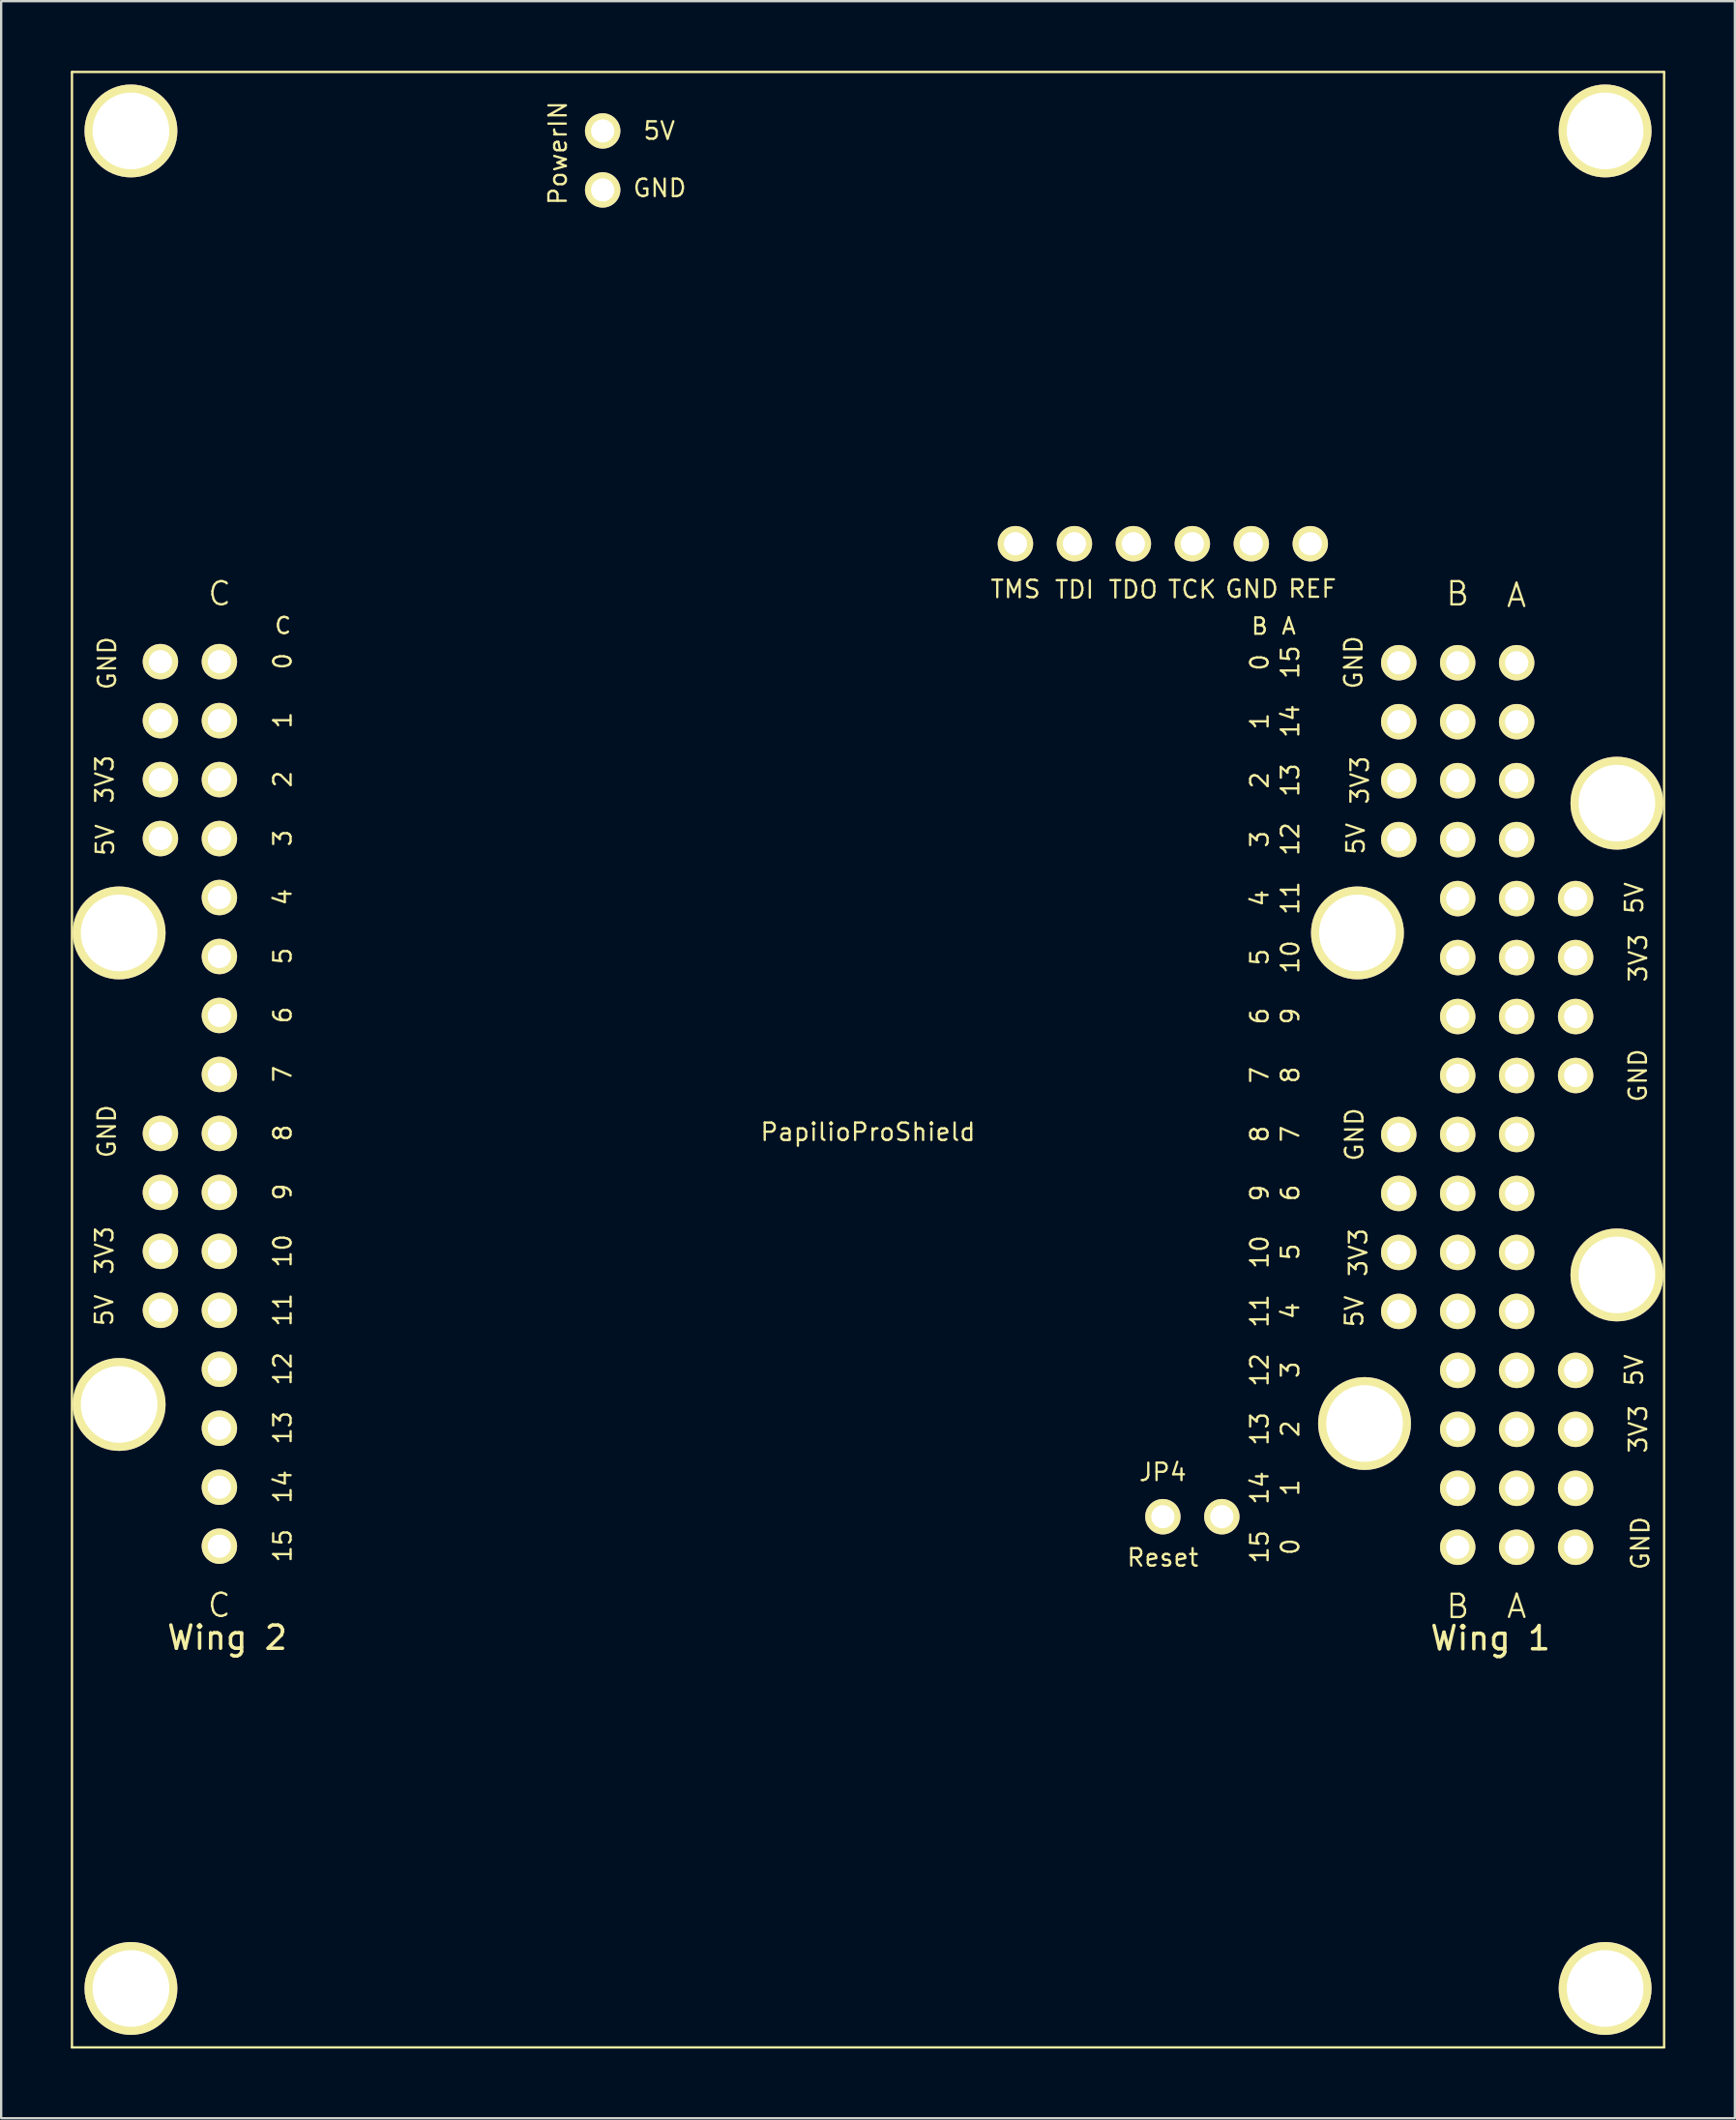
<source format=kicad_pcb>
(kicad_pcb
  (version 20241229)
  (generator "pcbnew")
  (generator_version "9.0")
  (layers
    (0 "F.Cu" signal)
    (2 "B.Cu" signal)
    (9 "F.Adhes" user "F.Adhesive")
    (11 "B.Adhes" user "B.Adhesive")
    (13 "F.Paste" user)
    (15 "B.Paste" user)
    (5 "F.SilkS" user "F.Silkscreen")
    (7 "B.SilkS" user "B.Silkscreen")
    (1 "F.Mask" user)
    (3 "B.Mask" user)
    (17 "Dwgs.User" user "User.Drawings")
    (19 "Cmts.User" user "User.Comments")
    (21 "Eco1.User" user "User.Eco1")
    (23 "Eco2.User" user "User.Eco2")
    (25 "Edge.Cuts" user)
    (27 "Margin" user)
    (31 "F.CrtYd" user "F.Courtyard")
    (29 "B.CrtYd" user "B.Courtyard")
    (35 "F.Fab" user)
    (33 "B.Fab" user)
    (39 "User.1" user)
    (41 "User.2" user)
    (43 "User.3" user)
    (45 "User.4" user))
  (footprint "PapilioProShield"
    (layer "F.Cu")
    (at 34.34 44.5)
    (property "Reference" "PapilioProShield" (at -0.003 1.209 0) (layer "F.SilkS") (effects (font (size 0.75 0.75) (thickness 0.1))))
    (attr through_hole)
    (fp_line (start -34.29 -44.45) (end -34.29 40.64) (stroke (width 0.1) (type solid)) (layer "F.SilkS"))
    (fp_line (start -34.29 -44.45) (end 34.29 -44.45) (stroke (width 0.1) (type solid)) (layer "F.SilkS"))
    (fp_line (start -34.29 40.64) (end 34.29 40.64) (stroke (width 0.1) (type solid)) (layer "F.SilkS"))
    (fp_line (start 34.29 40.637) (end 34.29 -44.45) (stroke (width 0.1) (type solid)) (layer "F.SilkS"))
    (fp_text user "3V3" (at 21.12 6.401 90) (layer "F.SilkS") (effects (font (size 0.75 0.75) (thickness 0.1))))
    (fp_text user "B" (at 16.868 -20.574 0) (layer "F.SilkS") (effects (font (size 0.7 0.7) (thickness 0.1))))
    (fp_text user "REF" (at 19.139 -22.189 0) (layer "F.SilkS") (effects (font (size 0.75 0.75) (thickness 0.1))))
    (fp_text user "10" (at -25.215 6.332 90) (layer "F.SilkS") (effects (font (size 0.75 0.75) (thickness 0.1))))
    (fp_text user "15" (at -25.215 19.032 90) (layer "F.SilkS") (effects (font (size 0.75 0.75) (thickness 0.1))))
    (fp_text user "3V3" (at 33.175 14.003 90) (layer "F.SilkS") (effects (font (size 0.75 0.75) (thickness 0.1))))
    (fp_text user "5" (at 18.189 6.373 270) (layer "F.SilkS") (effects (font (size 0.75 0.75) (thickness 0.1))))
    (fp_text user "A" (at 18.123 -20.579 0) (layer "F.SilkS") (effects (font (size 0.7 0.7) (thickness 0.1))))
    (fp_text user "15" (at 16.868 19.08 90) (layer "F.SilkS") (effects (font (size 0.75 0.75) (thickness 0.1))))
    (fp_text user "GND" (at 16.533 -22.182 0) (layer "F.SilkS") (effects (font (size 0.75 0.75) (thickness 0.1))))
    (fp_text user "GND" (at -32.784 1.184 270) (layer "F.SilkS") (effects (font (size 0.75 0.75) (thickness 0.1))))
    (fp_text user "14" (at 18.189 -16.487 270) (layer "F.SilkS") (effects (font (size 0.75 0.75) (thickness 0.1))))
    (fp_text user "3V3" (at -32.883 -13.983 90) (layer "F.SilkS") (effects (font (size 0.75 0.75) (thickness 0.1))))
    (fp_text user "A" (at 27.932 -21.907 0) (layer "F.SilkS") (effects (font (size 1 1) (thickness 0.1))))
    (fp_text user "12" (at -25.215 11.412 90) (layer "F.SilkS") (effects (font (size 0.75 0.75) (thickness 0.1))))
    (fp_text user "GND" (at 20.952 1.316 270) (layer "F.SilkS") (effects (font (size 0.75 0.75) (thickness 0.1))))
    (fp_text user "Wing 1" (at 26.81 23.012 0) (layer "F.SilkS") (effects (font (size 1 1) (thickness 0.15))))
    (fp_text user "GND" (at -8.974 -39.449 0) (layer "F.SilkS") (effects (font (size 0.75 0.75) (thickness 0.1))))
    (fp_text user "0" (at -25.215 -19.068 90) (layer "F.SilkS") (effects (font (size 0.75 0.75) (thickness 0.1))))
    (fp_text user "11" (at 16.868 8.92 90) (layer "F.SilkS") (effects (font (size 0.75 0.75) (thickness 0.1))))
    (fp_text user "8" (at -25.215 1.252 90) (layer "F.SilkS") (effects (font (size 0.75 0.75) (thickness 0.1))))
    (fp_text user "10" (at 16.868 6.38 90) (layer "F.SilkS") (effects (font (size 0.75 0.75) (thickness 0.1))))
    (fp_text user "5V" (at -32.86 -11.369 270) (layer "F.SilkS") (effects (font (size 0.75 0.75) (thickness 0.1))))
    (fp_text user "9" (at -25.215 3.792 90) (layer "F.SilkS") (effects (font (size 0.75 0.75) (thickness 0.1))))
    (fp_text user "2" (at 18.189 13.993 270) (layer "F.SilkS") (effects (font (size 0.75 0.75) (thickness 0.1))))
    (fp_text user "TDO" (at 11.422 -22.156 0) (layer "F.SilkS") (effects (font (size 0.75 0.75) (thickness 0.1))))
    (fp_text user "5V" (at -32.898 8.887 270) (layer "F.SilkS") (effects (font (size 0.75 0.75) (thickness 0.1))))
    (fp_text user "2" (at -25.215 -13.988 90) (layer "F.SilkS") (effects (font (size 0.75 0.75) (thickness 0.1))))
    (fp_text user "8" (at 16.868 1.3 90) (layer "F.SilkS") (effects (font (size 0.75 0.75) (thickness 0.1))))
    (fp_text user "5" (at -25.215 -6.368 90) (layer "F.SilkS") (effects (font (size 0.75 0.75) (thickness 0.1))))
    (fp_text user "8" (at 18.189 -1.247 270) (layer "F.SilkS") (effects (font (size 0.75 0.75) (thickness 0.1))))
    (fp_text user "11" (at -25.215 8.872 90) (layer "F.SilkS") (effects (font (size 0.75 0.75) (thickness 0.1))))
    (fp_text user "3V3" (at -32.89 6.309 90) (layer "F.SilkS") (effects (font (size 0.75 0.75) (thickness 0.1))))
    (fp_text user "GND" (at -32.774 -18.981 270) (layer "F.SilkS") (effects (font (size 0.75 0.75) (thickness 0.1))))
    (fp_text user "1" (at -25.215 -16.528 90) (layer "F.SilkS") (effects (font (size 0.75 0.75) (thickness 0.1))))
    (fp_text user "JP4" (at 12.697 15.86 0) (layer "F.SilkS") (effects (font (size 0.75 0.75) (thickness 0.1))))
    (fp_text user "5V" (at 20.947 8.936 90) (layer "F.SilkS") (effects (font (size 0.75 0.75) (thickness 0.1))))
    (fp_text user "1" (at 18.189 16.533 270) (layer "F.SilkS") (effects (font (size 0.75 0.75) (thickness 0.1))))
    (fp_text user "10" (at 18.189 -6.327 270) (layer "F.SilkS") (effects (font (size 0.75 0.75) (thickness 0.1))))
    (fp_text user "1" (at 16.868 -16.48 90) (layer "F.SilkS") (effects (font (size 0.75 0.75) (thickness 0.1))))
    (fp_text user "TMS" (at 6.353 -22.172 0) (layer "F.SilkS") (effects (font (size 0.75 0.75) (thickness 0.1))))
    (fp_text user "3" (at 18.189 11.453 270) (layer "F.SilkS") (effects (font (size 0.75 0.75) (thickness 0.1))))
    (fp_text user "12" (at 16.868 11.46 90) (layer "F.SilkS") (effects (font (size 0.75 0.75) (thickness 0.1))))
    (fp_text user "B" (at 25.395 -21.976 0) (layer "F.SilkS") (effects (font (size 1 1) (thickness 0.1))))
    (fp_text user "5V" (at 21.008 -11.422 90) (layer "F.SilkS") (effects (font (size 0.75 0.75) (thickness 0.1))))
    (fp_text user "3V3" (at 33.175 -6.287 90) (layer "F.SilkS") (effects (font (size 0.75 0.75) (thickness 0.1))))
    (fp_text user "4" (at 18.189 8.913 270) (layer "F.SilkS") (effects (font (size 0.75 0.75) (thickness 0.1))))
    (fp_text user "0" (at 18.189 19.073 270) (layer "F.SilkS") (effects (font (size 0.75 0.75) (thickness 0.1))))
    (fp_text user "0" (at 16.868 -19.02 90) (layer "F.SilkS") (effects (font (size 0.75 0.75) (thickness 0.1))))
    (fp_text user "5" (at 16.868 -6.32 90) (layer "F.SilkS") (effects (font (size 0.75 0.75) (thickness 0.1))))
    (fp_text user "GND" (at 33.271 18.923 270) (layer "F.SilkS") (effects (font (size 0.75 0.75) (thickness 0.1))))
    (fp_text user "C" (at -27.93 -21.976 0) (layer "F.SilkS") (effects (font (size 1 1) (thickness 0.1))))
    (fp_text user "TDI" (at 8.893 -22.151 0) (layer "F.SilkS") (effects (font (size 0.75 0.75) (thickness 0.1))))
    (fp_text user "13" (at -25.215 13.952 90) (layer "F.SilkS") (effects (font (size 0.75 0.75) (thickness 0.1))))
    (fp_text user "12" (at 18.189 -11.407 270) (layer "F.SilkS") (effects (font (size 0.75 0.75) (thickness 0.1))))
    (fp_text user "3V3" (at 21.186 -13.945 90) (layer "F.SilkS") (effects (font (size 0.75 0.75) (thickness 0.1))))
    (fp_text user "5V" (at -8.994 -41.918 0) (layer "F.SilkS") (effects (font (size 0.75 0.75) (thickness 0.1))))
    (fp_text user "3" (at -25.215 -11.448 90) (layer "F.SilkS") (effects (font (size 0.75 0.75) (thickness 0.1))))
    (fp_text user "6" (at 16.868 -3.78 90) (layer "F.SilkS") (effects (font (size 0.75 0.75) (thickness 0.1))))
    (fp_text user "6" (at 18.189 3.833 270) (layer "F.SilkS") (effects (font (size 0.75 0.75) (thickness 0.1))))
    (fp_text user "7" (at 18.189 1.293 270) (layer "F.SilkS") (effects (font (size 0.75 0.75) (thickness 0.1))))
    (fp_text user "A" (at 27.94 21.636 0) (layer "F.SilkS") (effects (font (size 1 1) (thickness 0.1))))
    (fp_text user "GND" (at 20.914 -19.017 270) (layer "F.SilkS") (effects (font (size 0.75 0.75) (thickness 0.1))))
    (fp_text user "B" (at 25.403 21.641 0) (layer "F.SilkS") (effects (font (size 1 1) (thickness 0.1))))
    (fp_text user "GND" (at 33.165 -1.224 270) (layer "F.SilkS") (effects (font (size 0.75 0.75) (thickness 0.1))))
    (fp_text user "9" (at 18.189 -3.787 270) (layer "F.SilkS") (effects (font (size 0.75 0.75) (thickness 0.1))))
    (fp_text user "7" (at -25.215 -1.288 90) (layer "F.SilkS") (effects (font (size 0.75 0.75) (thickness 0.1))))
    (fp_text user "2" (at 16.868 -13.94 90) (layer "F.SilkS") (effects (font (size 0.75 0.75) (thickness 0.1))))
    (fp_text user "13" (at 16.868 14 90) (layer "F.SilkS") (effects (font (size 0.75 0.75) (thickness 0.1))))
    (fp_text user "3" (at 16.868 -11.4 90) (layer "F.SilkS") (effects (font (size 0.75 0.75) (thickness 0.1))))
    (fp_text user "15" (at 18.189 -19.027 270) (layer "F.SilkS") (effects (font (size 0.75 0.75) (thickness 0.1))))
    (fp_text user "5V" (at 33.007 -8.87 270) (layer "F.SilkS") (effects (font (size 0.75 0.75) (thickness 0.1))))
    (fp_text user "PowerIN" (at -13.36 -40.958 90) (layer "F.SilkS") (effects (font (size 0.75 0.75) (thickness 0.1))))
    (fp_text user "Reset" (at 12.695 19.543 0) (layer "F.SilkS") (effects (font (size 0.75 0.75) (thickness 0.1))))
    (fp_text user "7" (at 16.868 -1.24 90) (layer "F.SilkS") (effects (font (size 0.75 0.75) (thickness 0.1))))
    (fp_text user "13" (at 18.189 -13.947 270) (layer "F.SilkS") (effects (font (size 0.75 0.75) (thickness 0.1))))
    (fp_text user "6" (at -25.215 -3.828 90) (layer "F.SilkS") (effects (font (size 0.75 0.75) (thickness 0.1))))
    (fp_text user "C" (at -27.945 21.595 0) (layer "F.SilkS") (effects (font (size 1 1) (thickness 0.1))))
    (fp_text user "5V" (at 33 11.468 270) (layer "F.SilkS") (effects (font (size 0.75 0.75) (thickness 0.1))))
    (fp_text user "14" (at -25.215 16.492 90) (layer "F.SilkS") (effects (font (size 0.75 0.75) (thickness 0.1))))
    (fp_text user "4" (at -25.215 -8.908 90) (layer "F.SilkS") (effects (font (size 0.75 0.75) (thickness 0.1))))
    (fp_text user "TCK" (at 13.96 -22.164 0) (layer "F.SilkS") (effects (font (size 0.75 0.75) (thickness 0.1))))
    (fp_text user "14" (at 16.868 16.54 90) (layer "F.SilkS") (effects (font (size 0.75 0.75) (thickness 0.1))))
    (fp_text user "11" (at 18.189 -8.867 270) (layer "F.SilkS") (effects (font (size 0.75 0.75) (thickness 0.1))))
    (fp_text user "C" (at -25.202 -20.597 0) (layer "F.SilkS") (effects (font (size 0.7 0.7) (thickness 0.1))))
    (fp_text user "9" (at 16.868 3.84 90) (layer "F.SilkS") (effects (font (size 0.75 0.75) (thickness 0.1))))
    (fp_text user "4" (at 16.868 -8.86 90) (layer "F.SilkS") (effects (font (size 0.75 0.75) (thickness 0.1))))
    (fp_text user "Wing 2" (at -27.602 22.99 0) (layer "F.SilkS") (effects (font (size 1 1) (thickness 0.15))))
    (pad "" np_thru_hole circle (at -32.258 -7.366) (size 4 4) (drill 3.302) (layers "*.Cu" "*.Mask" "F.SilkS"))
    (pad "" np_thru_hole circle (at -32.258 12.945) (size 4 4) (drill 3.302) (layers "*.Cu" "*.Mask" "F.SilkS"))
    (pad "" np_thru_hole circle (at -31.75 -41.91) (size 4 4) (drill 3.302) (layers "*.Cu" "*.Mask" "F.SilkS"))
    (pad "" np_thru_hole circle (at -31.75 38.1) (size 4 4) (drill 3.302) (layers "*.Cu" "*.Mask" "F.SilkS"))
    (pad "" np_thru_hole circle (at 21.082 -7.366) (size 4 4) (drill 3.302) (layers "*.Cu" "*.Mask" "F.SilkS"))
    (pad "" np_thru_hole circle (at 21.387 13.767) (size 4 4) (drill 3.302) (layers "*.Cu" "*.Mask" "F.SilkS"))
    (pad "" np_thru_hole circle (at 31.75 -41.91) (size 4 4) (drill 3.302) (layers "*.Cu" "*.Mask" "F.SilkS"))
    (pad "" np_thru_hole circle (at 31.75 38.1) (size 4 4) (drill 3.302) (layers "*.Cu" "*.Mask" "F.SilkS"))
    (pad "" np_thru_hole circle (at 32.258 -12.954) (size 4 4) (drill 3.302) (layers "*.Cu" "*.Mask" "F.SilkS"))
    (pad "" np_thru_hole circle (at 32.258 7.366) (size 4 4) (drill 3.302) (layers "*.Cu" "*.Mask" "F.SilkS"))
    (pad "0" thru_hole circle (at -30.48 -16.51) (size 1.524 1.524) (drill 1) (layers "*.Cu" "*.Mask" "F.SilkS"))
    (pad "0" thru_hole circle (at -30.48 3.81) (size 1.524 1.524) (drill 1) (layers "*.Cu" "*.Mask" "F.SilkS"))
    (pad "0" thru_hole circle (at 22.86 -16.464) (size 1.524 1.524) (drill 1) (layers "*.Cu" "*.Mask" "F.SilkS"))
    (pad "0" thru_hole circle (at 22.86 3.856) (size 1.524 1.524) (drill 1) (layers "*.Cu" "*.Mask" "F.SilkS"))
    (pad "0" thru_hole circle (at 30.48 -3.764) (size 1.524 1.524) (drill 1) (layers "*.Cu" "*.Mask" "F.SilkS"))
    (pad "0" thru_hole circle (at 30.48 16.556) (size 1.524 1.524) (drill 1) (layers "*.Cu" "*.Mask" "F.SilkS"))
    (pad "3V3" thru_hole circle (at -30.48 -13.97) (size 1.524 1.524) (drill 1) (layers "*.Cu" "*.Mask" "F.SilkS"))
    (pad "3V3" thru_hole circle (at -30.48 6.35) (size 1.524 1.524) (drill 1) (layers "*.Cu" "*.Mask" "F.SilkS"))
    (pad "3V3" thru_hole circle (at 22.86 -13.924) (size 1.524 1.524) (drill 1) (layers "*.Cu" "*.Mask" "F.SilkS"))
    (pad "3V3" thru_hole circle (at 22.86 6.396) (size 1.524 1.524) (drill 1) (layers "*.Cu" "*.Mask" "F.SilkS"))
    (pad "3V3" thru_hole circle (at 30.48 -6.304) (size 1.524 1.524) (drill 1) (layers "*.Cu" "*.Mask" "F.SilkS"))
    (pad "3V3" thru_hole circle (at 30.48 14.016) (size 1.524 1.524) (drill 1) (layers "*.Cu" "*.Mask" "F.SilkS"))
    (pad "4" thru_hole circle (at 6.35 -24.13) (size 1.524 1.524) (drill 1) (layers "*.Cu" "*.Mask" "F.SilkS"))
    (pad "5" thru_hole circle (at 8.89 -24.13) (size 1.524 1.524) (drill 1) (layers "*.Cu" "*.Mask" "F.SilkS"))
    (pad "5V" thru_hole circle (at -30.48 -11.43) (size 1.524 1.524) (drill 1) (layers "*.Cu" "*.Mask" "F.SilkS"))
    (pad "5V" thru_hole circle (at -30.48 8.89) (size 1.524 1.524) (drill 1) (layers "*.Cu" "*.Mask" "F.SilkS"))
    (pad "5V" thru_hole circle (at 22.86 -11.384) (size 1.524 1.524) (drill 1) (layers "*.Cu" "*.Mask" "F.SilkS"))
    (pad "5V" thru_hole circle (at 22.86 8.936) (size 1.524 1.524) (drill 1) (layers "*.Cu" "*.Mask" "F.SilkS"))
    (pad "5V" thru_hole circle (at 30.48 -8.844) (size 1.524 1.524) (drill 1) (layers "*.Cu" "*.Mask" "F.SilkS"))
    (pad "5V" thru_hole circle (at 30.48 11.476) (size 1.524 1.524) (drill 1) (layers "*.Cu" "*.Mask" "F.SilkS"))
    (pad "6" thru_hole circle (at 11.43 -24.13) (size 1.524 1.524) (drill 1) (layers "*.Cu" "*.Mask" "F.SilkS"))
    (pad "7" thru_hole circle (at 13.97 -24.13) (size 1.524 1.524) (drill 1) (layers "*.Cu" "*.Mask" "F.SilkS"))
    (pad "9" thru_hole circle (at 19.05 -24.13) (size 1.524 1.524) (drill 1) (layers "*.Cu" "*.Mask" "F.SilkS"))
    (pad "10" thru_hole circle (at 12.7 17.78) (size 1.524 1.524) (drill 1) (layers "*.Cu" "*.Mask" "F.SilkS"))
    (pad "A1" thru_hole circle (at 27.94 19.096) (size 1.524 1.524) (drill 1) (layers "*.Cu" "*.Mask" "F.SilkS"))
    (pad "A2" thru_hole circle (at 27.94 16.556) (size 1.524 1.524) (drill 1) (layers "*.Cu" "*.Mask" "F.SilkS"))
    (pad "A3" thru_hole circle (at 27.94 14.016) (size 1.524 1.524) (drill 1) (layers "*.Cu" "*.Mask" "F.SilkS"))
    (pad "A4" thru_hole circle (at 27.94 11.476) (size 1.524 1.524) (drill 1) (layers "*.Cu" "*.Mask" "F.SilkS"))
    (pad "A5" thru_hole circle (at 27.94 8.936) (size 1.524 1.524) (drill 1) (layers "*.Cu" "*.Mask" "F.SilkS"))
    (pad "A6" thru_hole circle (at 27.94 6.396) (size 1.524 1.524) (drill 1) (layers "*.Cu" "*.Mask" "F.SilkS"))
    (pad "A7" thru_hole circle (at 27.94 3.856) (size 1.524 1.524) (drill 1) (layers "*.Cu" "*.Mask" "F.SilkS"))
    (pad "A8" thru_hole circle (at 27.94 1.316) (size 1.524 1.524) (drill 1) (layers "*.Cu" "*.Mask" "F.SilkS"))
    (pad "A9" thru_hole circle (at 27.94 -1.224) (size 1.524 1.524) (drill 1) (layers "*.Cu" "*.Mask" "F.SilkS"))
    (pad "A10" thru_hole circle (at 27.94 -3.764) (size 1.524 1.524) (drill 1) (layers "*.Cu" "*.Mask" "F.SilkS"))
    (pad "A11" thru_hole circle (at 27.94 -6.304) (size 1.524 1.524) (drill 1) (layers "*.Cu" "*.Mask" "F.SilkS"))
    (pad "A12" thru_hole circle (at 27.94 -8.844) (size 1.524 1.524) (drill 1) (layers "*.Cu" "*.Mask" "F.SilkS"))
    (pad "A13" thru_hole circle (at 27.94 -11.384) (size 1.524 1.524) (drill 1) (layers "*.Cu" "*.Mask" "F.SilkS"))
    (pad "A14" thru_hole circle (at 27.94 -13.924) (size 1.524 1.524) (drill 1) (layers "*.Cu" "*.Mask" "F.SilkS"))
    (pad "A15" thru_hole circle (at 27.94 -16.464) (size 1.524 1.524) (drill 1) (layers "*.Cu" "*.Mask" "F.SilkS"))
    (pad "A16" thru_hole circle (at 27.94 -19.004) (size 1.524 1.524) (drill 1) (layers "*.Cu" "*.Mask" "F.SilkS"))
    (pad "B1" thru_hole circle (at 25.4 -19.004) (size 1.524 1.524) (drill 1) (layers "*.Cu" "*.Mask" "F.SilkS"))
    (pad "B2" thru_hole circle (at 25.4 -16.464) (size 1.524 1.524) (drill 1) (layers "*.Cu" "*.Mask" "F.SilkS"))
    (pad "B3" thru_hole circle (at 25.4 -13.924) (size 1.524 1.524) (drill 1) (layers "*.Cu" "*.Mask" "F.SilkS"))
    (pad "B4" thru_hole circle (at 25.4 -11.384) (size 1.524 1.524) (drill 1) (layers "*.Cu" "*.Mask" "F.SilkS"))
    (pad "B5" thru_hole circle (at 25.4 -8.844) (size 1.524 1.524) (drill 1) (layers "*.Cu" "*.Mask" "F.SilkS"))
    (pad "B6" thru_hole circle (at 25.4 -6.304) (size 1.524 1.524) (drill 1) (layers "*.Cu" "*.Mask" "F.SilkS"))
    (pad "B7" thru_hole circle (at 25.4 -3.764) (size 1.524 1.524) (drill 1) (layers "*.Cu" "*.Mask" "F.SilkS"))
    (pad "B8" thru_hole circle (at 25.4 -1.224) (size 1.524 1.524) (drill 1) (layers "*.Cu" "*.Mask" "F.SilkS"))
    (pad "B9" thru_hole circle (at 25.4 1.316) (size 1.524 1.524) (drill 1) (layers "*.Cu" "*.Mask" "F.SilkS"))
    (pad "B10" thru_hole circle (at 25.4 3.856) (size 1.524 1.524) (drill 1) (layers "*.Cu" "*.Mask" "F.SilkS"))
    (pad "B11" thru_hole circle (at 25.4 6.396) (size 1.524 1.524) (drill 1) (layers "*.Cu" "*.Mask" "F.SilkS"))
    (pad "B12" thru_hole circle (at 25.4 8.936) (size 1.524 1.524) (drill 1) (layers "*.Cu" "*.Mask" "F.SilkS"))
    (pad "B13" thru_hole circle (at 25.4 11.476) (size 1.524 1.524) (drill 1) (layers "*.Cu" "*.Mask" "F.SilkS"))
    (pad "B14" thru_hole circle (at 25.4 14.016) (size 1.524 1.524) (drill 1) (layers "*.Cu" "*.Mask" "F.SilkS"))
    (pad "B15" thru_hole circle (at 25.4 16.556) (size 1.524 1.524) (drill 1) (layers "*.Cu" "*.Mask" "F.SilkS"))
    (pad "B16" thru_hole circle (at 25.4 19.096) (size 1.524 1.524) (drill 1) (layers "*.Cu" "*.Mask" "F.SilkS"))
    (pad "C1" thru_hole circle (at -27.94 -19.05) (size 1.524 1.524) (drill 1) (layers "*.Cu" "*.Mask" "F.SilkS"))
    (pad "C2" thru_hole circle (at -27.94 -16.51) (size 1.524 1.524) (drill 1) (layers "*.Cu" "*.Mask" "F.SilkS"))
    (pad "C3" thru_hole circle (at -27.94 -13.97) (size 1.524 1.524) (drill 1) (layers "*.Cu" "*.Mask" "F.SilkS"))
    (pad "C4" thru_hole circle (at -27.94 -11.43) (size 1.524 1.524) (drill 1) (layers "*.Cu" "*.Mask" "F.SilkS"))
    (pad "C5" thru_hole circle (at -27.94 -8.89) (size 1.524 1.524) (drill 1) (layers "*.Cu" "*.Mask" "F.SilkS"))
    (pad "C6" thru_hole circle (at -27.94 -6.35) (size 1.524 1.524) (drill 1) (layers "*.Cu" "*.Mask" "F.SilkS"))
    (pad "C7" thru_hole circle (at -27.94 -3.81) (size 1.524 1.524) (drill 1) (layers "*.Cu" "*.Mask" "F.SilkS"))
    (pad "C8" thru_hole circle (at -27.94 -1.27) (size 1.524 1.524) (drill 1) (layers "*.Cu" "*.Mask" "F.SilkS"))
    (pad "C9" thru_hole circle (at -27.94 1.27) (size 1.524 1.524) (drill 1) (layers "*.Cu" "*.Mask" "F.SilkS"))
    (pad "C10" thru_hole circle (at -27.94 3.81) (size 1.524 1.524) (drill 1) (layers "*.Cu" "*.Mask" "F.SilkS"))
    (pad "C11" thru_hole circle (at -27.94 6.35) (size 1.524 1.524) (drill 1) (layers "*.Cu" "*.Mask" "F.SilkS"))
    (pad "C12" thru_hole circle (at -27.94 8.89) (size 1.524 1.524) (drill 1) (layers "*.Cu" "*.Mask" "F.SilkS"))
    (pad "C13" thru_hole circle (at -27.94 11.43) (size 1.524 1.524) (drill 1) (layers "*.Cu" "*.Mask" "F.SilkS"))
    (pad "C14" thru_hole circle (at -27.94 13.97) (size 1.524 1.524) (drill 1) (layers "*.Cu" "*.Mask" "F.SilkS"))
    (pad "C15" thru_hole circle (at -27.94 16.51) (size 1.524 1.524) (drill 1) (layers "*.Cu" "*.Mask" "F.SilkS"))
    (pad "C16" thru_hole circle (at -27.94 19.05) (size 1.524 1.524) (drill 1) (layers "*.Cu" "*.Mask" "F.SilkS"))
    (pad "GND" thru_hole circle (at -30.48 -19.05) (size 1.524 1.524) (drill 1) (layers "*.Cu" "*.Mask" "F.SilkS"))
    (pad "GND" thru_hole circle (at -30.48 1.27) (size 1.524 1.524) (drill 1) (layers "*.Cu" "*.Mask" "F.SilkS"))
    (pad "GND" thru_hole circle (at -11.43 -39.37) (size 1.524 1.524) (drill 1) (layers "*.Cu" "*.Mask" "F.SilkS"))
    (pad "GND" thru_hole circle (at 15.24 17.78) (size 1.524 1.524) (drill 1) (layers "*.Cu" "*.Mask" "F.SilkS"))
    (pad "GND" thru_hole circle (at 16.51 -24.13) (size 1.524 1.524) (drill 1) (layers "*.Cu" "*.Mask" "F.SilkS"))
    (pad "GND" thru_hole circle (at 22.86 -19.004) (size 1.524 1.524) (drill 1) (layers "*.Cu" "*.Mask" "F.SilkS"))
    (pad "GND" thru_hole circle (at 22.86 1.316) (size 1.524 1.524) (drill 1) (layers "*.Cu" "*.Mask" "F.SilkS"))
    (pad "GND" thru_hole circle (at 30.48 -1.224) (size 1.524 1.524) (drill 1) (layers "*.Cu" "*.Mask" "F.SilkS"))
    (pad "GND" thru_hole circle (at 30.48 19.096) (size 1.524 1.524) (drill 1) (layers "*.Cu" "*.Mask" "F.SilkS"))
    (pad "Vin" thru_hole circle (at -11.43 -41.91) (size 1.524 1.524) (drill 1) (layers "*.Cu" "*.Mask" "F.SilkS")))
  (gr_rect
    (start -3 -3)
    (end 71.68 88.19)
    (stroke (width 0.1) (type default))
    (fill no)
    (layer "Edge.Cuts")))
</source>
